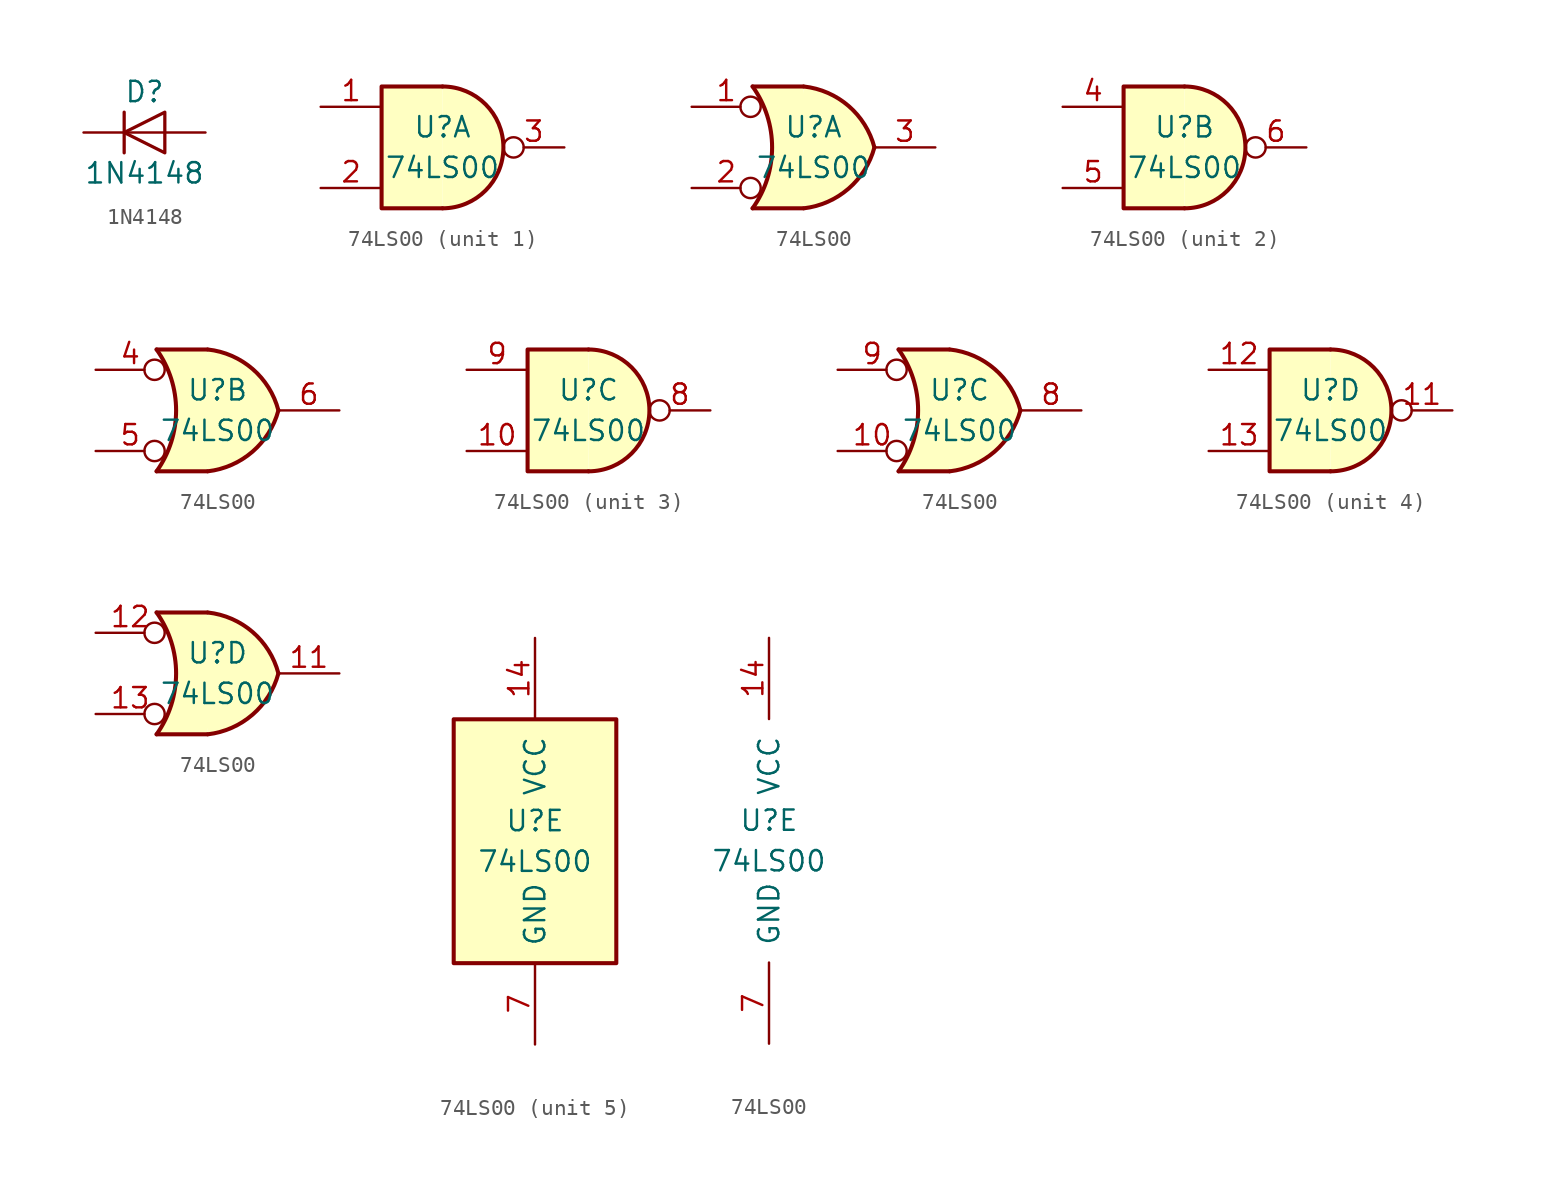
<source format=kicad_sym>
(kicad_symbol_lib
  (version 20211014)
  (generator kicad_symbol_editor)
  (symbol "1N4148"
    (pin_numbers hide)
    (pin_names
      (offset 1.016) hide)
    (property "Reference" "D"
      (at 0 2.54 0)
      (effects (font (size 1.27 1.27))))
    (property "Value" "1N4148"
      (at 0 -2.54 0)
      (effects (font (size 1.27 1.27))))
    (symbol "1N4148_0_1"
      (polyline (pts (xy -1.27 1.27) (xy -1.27 -1.27)) (stroke (width 0.203) (type default) (color 0 0 0 0)) (fill (type none)))
      (polyline (pts (xy 1.27 0) (xy -1.27 0)) (stroke (width 0) (type default) (color 0 0 0 0)) (fill (type none)))
      (polyline (pts (xy 1.27 1.27) (xy 1.27 -1.27) (xy -1.27 0) (xy 1.27 1.27)) (stroke (width 0.203) (type default) (color 0 0 0 0)) (fill (type none))))
    (symbol "1N4148_1_1"
      (pin passive line (at -3.81 0 0) (length 2.54) (name "K" (effects (font (size 1.27 1.27)))) (number "1" (effects (font (size 1.27 1.27)))))
      (pin passive line (at 3.81 0 180) (length 2.54) (name "A" (effects (font (size 1.27 1.27)))) (number "2" (effects (font (size 1.27 1.27)))))))
  (symbol "74LS00"
    (pin_names
      (offset 1.016))
    (property "Reference" "U"
      (at 0 1.27 0)
      (effects (font (size 1.27 1.27))))
    (property "Value" "74LS00"
      (at 0 -1.27 0)
      (effects (font (size 1.27 1.27))))
    (property "ki_locked" ""
      (at 0 0 0)
      (effects (font (size 1.27 1.27))))
    (symbol "74LS00_1_1"
      (arc (start 0 -3.81) (mid 3.81 0) (end 0 3.81) (stroke (width 0.254) (type default) (color 0 0 0 0)) (fill (type background)))
      (polyline (pts (xy 0 3.81) (xy -3.81 3.81) (xy -3.81 -3.81) (xy 0 -3.81)) (stroke (width 0.254) (type default) (color 0 0 0 0)) (fill (type background)))
      (pin input line (at -7.62 2.54 0) (length 3.81) (name "~" (effects (font (size 1.27 1.27)))) (number "1" (effects (font (size 1.27 1.27)))))
      (pin input line (at -7.62 -2.54 0) (length 3.81) (name "~" (effects (font (size 1.27 1.27)))) (number "2" (effects (font (size 1.27 1.27)))))
      (pin output inverted (at 7.62 0 180) (length 3.81) (name "~" (effects (font (size 1.27 1.27)))) (number "3" (effects (font (size 1.27 1.27))))))
    (symbol "74LS00_1_2"
      (arc (start -3.81 -3.81) (mid -2.589 0) (end -3.81 3.81) (stroke (width 0.254) (type default) (color 0 0 0 0)) (fill (type none)))
      (arc (start -0.6096 -3.81) (mid 2.1855 -2.584) (end 3.81 0) (stroke (width 0.254) (type default) (color 0 0 0 0)) (fill (type background)))
      (polyline (pts (xy -3.81 -3.81) (xy -0.635 -3.81)) (stroke (width 0.254) (type default) (color 0 0 0 0)) (fill (type background)))
      (polyline (pts (xy -3.81 3.81) (xy -0.635 3.81)) (stroke (width 0.254) (type default) (color 0 0 0 0)) (fill (type background)))
      (polyline (pts (xy -0.635 3.81) (xy -3.81 3.81) (xy -3.81 3.81) (xy -3.556 3.404) (xy -3.023 2.261) (xy -2.692 1.041) (xy -2.616 -0.254) (xy -2.769 -1.499) (xy -3.175 -2.718) (xy -3.81 -3.81) (xy -3.81 -3.81) (xy -0.635 -3.81)) (stroke (width -25.4) (type default) (color 0 0 0 0)) (fill (type background)))
      (arc (start 3.81 0) (mid 2.1928 2.5925) (end -0.6096 3.81) (stroke (width 0.254) (type default) (color 0 0 0 0)) (fill (type background)))
      (pin input inverted (at -7.62 2.54 0) (length 4.318) (name "~" (effects (font (size 1.27 1.27)))) (number "1" (effects (font (size 1.27 1.27)))))
      (pin input inverted (at -7.62 -2.54 0) (length 4.318) (name "~" (effects (font (size 1.27 1.27)))) (number "2" (effects (font (size 1.27 1.27)))))
      (pin output line (at 7.62 0 180) (length 3.81) (name "~" (effects (font (size 1.27 1.27)))) (number "3" (effects (font (size 1.27 1.27))))))
    (symbol "74LS00_2_1"
      (arc (start 0 -3.81) (mid 3.81 0) (end 0 3.81) (stroke (width 0.254) (type default) (color 0 0 0 0)) (fill (type background)))
      (polyline (pts (xy 0 3.81) (xy -3.81 3.81) (xy -3.81 -3.81) (xy 0 -3.81)) (stroke (width 0.254) (type default) (color 0 0 0 0)) (fill (type background)))
      (pin input line (at -7.62 2.54 0) (length 3.81) (name "~" (effects (font (size 1.27 1.27)))) (number "4" (effects (font (size 1.27 1.27)))))
      (pin input line (at -7.62 -2.54 0) (length 3.81) (name "~" (effects (font (size 1.27 1.27)))) (number "5" (effects (font (size 1.27 1.27)))))
      (pin output inverted (at 7.62 0 180) (length 3.81) (name "~" (effects (font (size 1.27 1.27)))) (number "6" (effects (font (size 1.27 1.27))))))
    (symbol "74LS00_2_2"
      (arc (start -3.81 -3.81) (mid -2.589 0) (end -3.81 3.81) (stroke (width 0.254) (type default) (color 0 0 0 0)) (fill (type none)))
      (arc (start -0.6096 -3.81) (mid 2.1855 -2.584) (end 3.81 0) (stroke (width 0.254) (type default) (color 0 0 0 0)) (fill (type background)))
      (polyline (pts (xy -3.81 -3.81) (xy -0.635 -3.81)) (stroke (width 0.254) (type default) (color 0 0 0 0)) (fill (type background)))
      (polyline (pts (xy -3.81 3.81) (xy -0.635 3.81)) (stroke (width 0.254) (type default) (color 0 0 0 0)) (fill (type background)))
      (polyline (pts (xy -0.635 3.81) (xy -3.81 3.81) (xy -3.81 3.81) (xy -3.556 3.404) (xy -3.023 2.261) (xy -2.692 1.041) (xy -2.616 -0.254) (xy -2.769 -1.499) (xy -3.175 -2.718) (xy -3.81 -3.81) (xy -3.81 -3.81) (xy -0.635 -3.81)) (stroke (width -25.4) (type default) (color 0 0 0 0)) (fill (type background)))
      (arc (start 3.81 0) (mid 2.1928 2.5925) (end -0.6096 3.81) (stroke (width 0.254) (type default) (color 0 0 0 0)) (fill (type background)))
      (pin input inverted (at -7.62 2.54 0) (length 4.318) (name "~" (effects (font (size 1.27 1.27)))) (number "4" (effects (font (size 1.27 1.27)))))
      (pin input inverted (at -7.62 -2.54 0) (length 4.318) (name "~" (effects (font (size 1.27 1.27)))) (number "5" (effects (font (size 1.27 1.27)))))
      (pin output line (at 7.62 0 180) (length 3.81) (name "~" (effects (font (size 1.27 1.27)))) (number "6" (effects (font (size 1.27 1.27))))))
    (symbol "74LS00_3_1"
      (arc (start 0 -3.81) (mid 3.81 0) (end 0 3.81) (stroke (width 0.254) (type default) (color 0 0 0 0)) (fill (type background)))
      (polyline (pts (xy 0 3.81) (xy -3.81 3.81) (xy -3.81 -3.81) (xy 0 -3.81)) (stroke (width 0.254) (type default) (color 0 0 0 0)) (fill (type background)))
      (pin input line (at -7.62 -2.54 0) (length 3.81) (name "~" (effects (font (size 1.27 1.27)))) (number "10" (effects (font (size 1.27 1.27)))))
      (pin output inverted (at 7.62 0 180) (length 3.81) (name "~" (effects (font (size 1.27 1.27)))) (number "8" (effects (font (size 1.27 1.27)))))
      (pin input line (at -7.62 2.54 0) (length 3.81) (name "~" (effects (font (size 1.27 1.27)))) (number "9" (effects (font (size 1.27 1.27))))))
    (symbol "74LS00_3_2"
      (arc (start -3.81 -3.81) (mid -2.589 0) (end -3.81 3.81) (stroke (width 0.254) (type default) (color 0 0 0 0)) (fill (type none)))
      (arc (start -0.6096 -3.81) (mid 2.1855 -2.584) (end 3.81 0) (stroke (width 0.254) (type default) (color 0 0 0 0)) (fill (type background)))
      (polyline (pts (xy -3.81 -3.81) (xy -0.635 -3.81)) (stroke (width 0.254) (type default) (color 0 0 0 0)) (fill (type background)))
      (polyline (pts (xy -3.81 3.81) (xy -0.635 3.81)) (stroke (width 0.254) (type default) (color 0 0 0 0)) (fill (type background)))
      (polyline (pts (xy -0.635 3.81) (xy -3.81 3.81) (xy -3.81 3.81) (xy -3.556 3.404) (xy -3.023 2.261) (xy -2.692 1.041) (xy -2.616 -0.254) (xy -2.769 -1.499) (xy -3.175 -2.718) (xy -3.81 -3.81) (xy -3.81 -3.81) (xy -0.635 -3.81)) (stroke (width -25.4) (type default) (color 0 0 0 0)) (fill (type background)))
      (arc (start 3.81 0) (mid 2.1928 2.5925) (end -0.6096 3.81) (stroke (width 0.254) (type default) (color 0 0 0 0)) (fill (type background)))
      (pin input inverted (at -7.62 -2.54 0) (length 4.318) (name "~" (effects (font (size 1.27 1.27)))) (number "10" (effects (font (size 1.27 1.27)))))
      (pin output line (at 7.62 0 180) (length 3.81) (name "~" (effects (font (size 1.27 1.27)))) (number "8" (effects (font (size 1.27 1.27)))))
      (pin input inverted (at -7.62 2.54 0) (length 4.318) (name "~" (effects (font (size 1.27 1.27)))) (number "9" (effects (font (size 1.27 1.27))))))
    (symbol "74LS00_4_1"
      (arc (start 0 -3.81) (mid 3.81 0) (end 0 3.81) (stroke (width 0.254) (type default) (color 0 0 0 0)) (fill (type background)))
      (polyline (pts (xy 0 3.81) (xy -3.81 3.81) (xy -3.81 -3.81) (xy 0 -3.81)) (stroke (width 0.254) (type default) (color 0 0 0 0)) (fill (type background)))
      (pin output inverted (at 7.62 0 180) (length 3.81) (name "~" (effects (font (size 1.27 1.27)))) (number "11" (effects (font (size 1.27 1.27)))))
      (pin input line (at -7.62 2.54 0) (length 3.81) (name "~" (effects (font (size 1.27 1.27)))) (number "12" (effects (font (size 1.27 1.27)))))
      (pin input line (at -7.62 -2.54 0) (length 3.81) (name "~" (effects (font (size 1.27 1.27)))) (number "13" (effects (font (size 1.27 1.27))))))
    (symbol "74LS00_4_2"
      (arc (start -3.81 -3.81) (mid -2.589 0) (end -3.81 3.81) (stroke (width 0.254) (type default) (color 0 0 0 0)) (fill (type none)))
      (arc (start -0.6096 -3.81) (mid 2.1855 -2.584) (end 3.81 0) (stroke (width 0.254) (type default) (color 0 0 0 0)) (fill (type background)))
      (polyline (pts (xy -3.81 -3.81) (xy -0.635 -3.81)) (stroke (width 0.254) (type default) (color 0 0 0 0)) (fill (type background)))
      (polyline (pts (xy -3.81 3.81) (xy -0.635 3.81)) (stroke (width 0.254) (type default) (color 0 0 0 0)) (fill (type background)))
      (polyline (pts (xy -0.635 3.81) (xy -3.81 3.81) (xy -3.81 3.81) (xy -3.556 3.404) (xy -3.023 2.261) (xy -2.692 1.041) (xy -2.616 -0.254) (xy -2.769 -1.499) (xy -3.175 -2.718) (xy -3.81 -3.81) (xy -3.81 -3.81) (xy -0.635 -3.81)) (stroke (width -25.4) (type default) (color 0 0 0 0)) (fill (type background)))
      (arc (start 3.81 0) (mid 2.1928 2.5925) (end -0.6096 3.81) (stroke (width 0.254) (type default) (color 0 0 0 0)) (fill (type background)))
      (pin output line (at 7.62 0 180) (length 3.81) (name "~" (effects (font (size 1.27 1.27)))) (number "11" (effects (font (size 1.27 1.27)))))
      (pin input inverted (at -7.62 2.54 0) (length 4.318) (name "~" (effects (font (size 1.27 1.27)))) (number "12" (effects (font (size 1.27 1.27)))))
      (pin input inverted (at -7.62 -2.54 0) (length 4.318) (name "~" (effects (font (size 1.27 1.27)))) (number "13" (effects (font (size 1.27 1.27))))))
    (symbol "74LS00_5_0"
      (pin power_in line (at 0 12.7 270) (length 5.08) (name "VCC" (effects (font (size 1.27 1.27)))) (number "14" (effects (font (size 1.27 1.27)))))
      (pin power_in line (at 0 -12.7 90) (length 5.08) (name "GND" (effects (font (size 1.27 1.27)))) (number "7" (effects (font (size 1.27 1.27))))))
    (symbol "74LS00_5_1"
      (rectangle (start -5.08 7.62) (end 5.08 -7.62) (stroke (width 0.254) (type default) (color 0 0 0 0)) (fill (type background))))))
</source>
